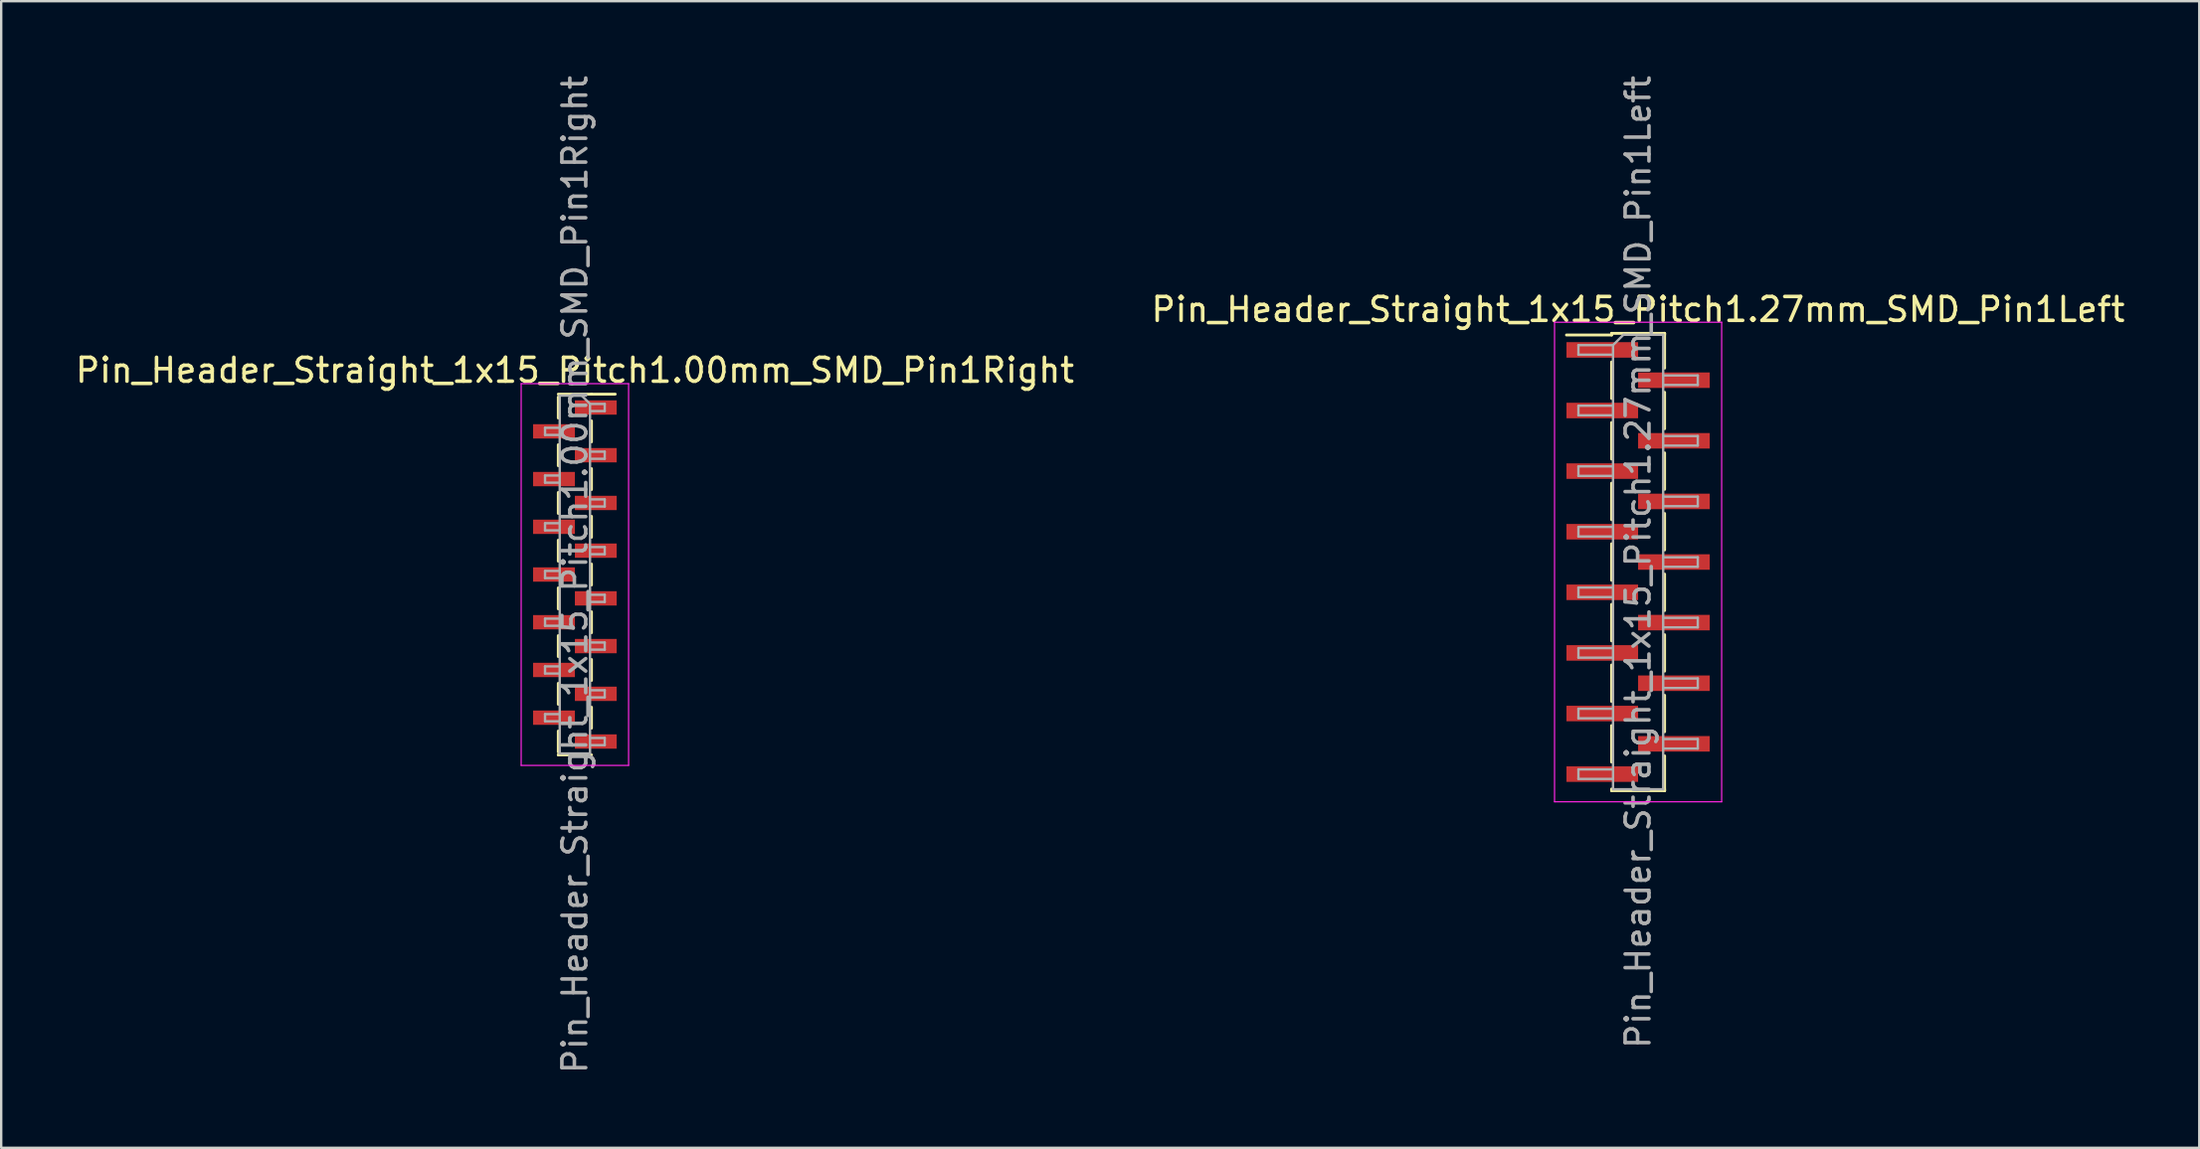
<source format=kicad_pcb>
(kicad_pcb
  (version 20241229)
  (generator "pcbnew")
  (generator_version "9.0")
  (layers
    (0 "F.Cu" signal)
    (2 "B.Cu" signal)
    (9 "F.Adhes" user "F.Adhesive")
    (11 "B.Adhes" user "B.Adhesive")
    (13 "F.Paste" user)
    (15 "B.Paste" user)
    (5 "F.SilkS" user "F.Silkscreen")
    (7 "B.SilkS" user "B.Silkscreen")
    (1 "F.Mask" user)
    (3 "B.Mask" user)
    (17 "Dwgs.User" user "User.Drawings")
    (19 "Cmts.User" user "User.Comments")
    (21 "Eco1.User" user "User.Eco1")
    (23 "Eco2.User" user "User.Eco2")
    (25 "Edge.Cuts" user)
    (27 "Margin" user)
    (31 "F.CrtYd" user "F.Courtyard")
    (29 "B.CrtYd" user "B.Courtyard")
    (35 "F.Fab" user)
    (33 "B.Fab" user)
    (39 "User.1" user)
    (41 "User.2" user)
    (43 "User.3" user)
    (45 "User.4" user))
  (footprint "Pin_Header_Straight_1x15_Pitch1.27mm_SMD_Pin1Left"
    (layer "F.Cu")
    (at 65.565 20.506)
    (property "Reference" "Pin_Header_Straight_1x15_Pitch1.27mm_SMD_Pin1Left" (at 0 -10.585 0) (layer "F.SilkS") (effects (font (size 1 1) (thickness 0.15))))
    (attr smd)
    (fp_line (start -1.11 -9.585) (end 1.11 -9.585) (stroke (width 0.12) (type solid)) (layer "F.SilkS"))
    (fp_line (start -1.11 -9.515) (end -3 -9.515) (stroke (width 0.12) (type solid)) (layer "F.SilkS"))
    (fp_line (start -1.11 -9.515) (end -1.11 -9.585) (stroke (width 0.12) (type solid)) (layer "F.SilkS"))
    (fp_line (start -1.11 -8.385) (end -1.11 -6.855) (stroke (width 0.12) (type solid)) (layer "F.SilkS"))
    (fp_line (start -1.11 -5.845) (end -1.11 -4.315) (stroke (width 0.12) (type solid)) (layer "F.SilkS"))
    (fp_line (start -1.11 -3.305) (end -1.11 -1.775) (stroke (width 0.12) (type solid)) (layer "F.SilkS"))
    (fp_line (start -1.11 -0.765) (end -1.11 0.765) (stroke (width 0.12) (type solid)) (layer "F.SilkS"))
    (fp_line (start -1.11 1.775) (end -1.11 3.305) (stroke (width 0.12) (type solid)) (layer "F.SilkS"))
    (fp_line (start -1.11 4.315) (end -1.11 5.845) (stroke (width 0.12) (type solid)) (layer "F.SilkS"))
    (fp_line (start -1.11 6.855) (end -1.11 8.385) (stroke (width 0.12) (type solid)) (layer "F.SilkS"))
    (fp_line (start -1.11 9.515) (end -1.11 9.585) (stroke (width 0.12) (type solid)) (layer "F.SilkS"))
    (fp_line (start -1.11 9.585) (end 1.11 9.585) (stroke (width 0.12) (type solid)) (layer "F.SilkS"))
    (fp_line (start 1.11 -9.585) (end 1.11 -9.515) (stroke (width 0.12) (type solid)) (layer "F.SilkS"))
    (fp_line (start 1.11 -9.585) (end 1.11 -8.125) (stroke (width 0.12) (type solid)) (layer "F.SilkS"))
    (fp_line (start 1.11 -7.115) (end 1.11 -5.585) (stroke (width 0.12) (type solid)) (layer "F.SilkS"))
    (fp_line (start 1.11 -4.575) (end 1.11 -3.045) (stroke (width 0.12) (type solid)) (layer "F.SilkS"))
    (fp_line (start 1.11 -2.035) (end 1.11 -0.505) (stroke (width 0.12) (type solid)) (layer "F.SilkS"))
    (fp_line (start 1.11 0.505) (end 1.11 2.035) (stroke (width 0.12) (type solid)) (layer "F.SilkS"))
    (fp_line (start 1.11 3.045) (end 1.11 4.575) (stroke (width 0.12) (type solid)) (layer "F.SilkS"))
    (fp_line (start 1.11 5.585) (end 1.11 7.115) (stroke (width 0.12) (type solid)) (layer "F.SilkS"))
    (fp_line (start 1.11 8.125) (end 1.11 9.585) (stroke (width 0.12) (type solid)) (layer "F.SilkS"))
    (fp_line (start 1.11 9.585) (end 1.11 9.515) (stroke (width 0.12) (type solid)) (layer "F.SilkS"))
    (fp_line (start -3.5 -10.05) (end -3.5 10.05) (stroke (width 0.05) (type solid)) (layer "F.CrtYd"))
    (fp_line (start -3.5 10.05) (end 3.5 10.05) (stroke (width 0.05) (type solid)) (layer "F.CrtYd"))
    (fp_line (start 3.5 -10.05) (end -3.5 -10.05) (stroke (width 0.05) (type solid)) (layer "F.CrtYd"))
    (fp_line (start 3.5 10.05) (end 3.5 -10.05) (stroke (width 0.05) (type solid)) (layer "F.CrtYd"))
    (fp_line (start -2.5 -9.09) (end -2.5 -8.69) (stroke (width 0.1) (type solid)) (layer "F.Fab"))
    (fp_line (start -2.5 -8.69) (end -1.05 -8.69) (stroke (width 0.1) (type solid)) (layer "F.Fab"))
    (fp_line (start -2.5 -6.55) (end -2.5 -6.15) (stroke (width 0.1) (type solid)) (layer "F.Fab"))
    (fp_line (start -2.5 -6.15) (end -1.05 -6.15) (stroke (width 0.1) (type solid)) (layer "F.Fab"))
    (fp_line (start -2.5 -4.01) (end -2.5 -3.61) (stroke (width 0.1) (type solid)) (layer "F.Fab"))
    (fp_line (start -2.5 -3.61) (end -1.05 -3.61) (stroke (width 0.1) (type solid)) (layer "F.Fab"))
    (fp_line (start -2.5 -1.47) (end -2.5 -1.07) (stroke (width 0.1) (type solid)) (layer "F.Fab"))
    (fp_line (start -2.5 -1.07) (end -1.05 -1.07) (stroke (width 0.1) (type solid)) (layer "F.Fab"))
    (fp_line (start -2.5 1.07) (end -2.5 1.47) (stroke (width 0.1) (type solid)) (layer "F.Fab"))
    (fp_line (start -2.5 1.47) (end -1.05 1.47) (stroke (width 0.1) (type solid)) (layer "F.Fab"))
    (fp_line (start -2.5 3.61) (end -2.5 4.01) (stroke (width 0.1) (type solid)) (layer "F.Fab"))
    (fp_line (start -2.5 4.01) (end -1.05 4.01) (stroke (width 0.1) (type solid)) (layer "F.Fab"))
    (fp_line (start -2.5 6.15) (end -2.5 6.55) (stroke (width 0.1) (type solid)) (layer "F.Fab"))
    (fp_line (start -2.5 6.55) (end -1.05 6.55) (stroke (width 0.1) (type solid)) (layer "F.Fab"))
    (fp_line (start -2.5 8.69) (end -2.5 9.09) (stroke (width 0.1) (type solid)) (layer "F.Fab"))
    (fp_line (start -2.5 9.09) (end -1.05 9.09) (stroke (width 0.1) (type solid)) (layer "F.Fab"))
    (fp_line (start -1.05 -9.09) (end -2.5 -9.09) (stroke (width 0.1) (type solid)) (layer "F.Fab"))
    (fp_line (start -1.05 -9.09) (end -0.615 -9.525) (stroke (width 0.1) (type solid)) (layer "F.Fab"))
    (fp_line (start -1.05 -6.55) (end -2.5 -6.55) (stroke (width 0.1) (type solid)) (layer "F.Fab"))
    (fp_line (start -1.05 -4.01) (end -2.5 -4.01) (stroke (width 0.1) (type solid)) (layer "F.Fab"))
    (fp_line (start -1.05 -1.47) (end -2.5 -1.47) (stroke (width 0.1) (type solid)) (layer "F.Fab"))
    (fp_line (start -1.05 1.07) (end -2.5 1.07) (stroke (width 0.1) (type solid)) (layer "F.Fab"))
    (fp_line (start -1.05 3.61) (end -2.5 3.61) (stroke (width 0.1) (type solid)) (layer "F.Fab"))
    (fp_line (start -1.05 6.15) (end -2.5 6.15) (stroke (width 0.1) (type solid)) (layer "F.Fab"))
    (fp_line (start -1.05 8.69) (end -2.5 8.69) (stroke (width 0.1) (type solid)) (layer "F.Fab"))
    (fp_line (start -1.05 9.525) (end -1.05 -9.09) (stroke (width 0.1) (type solid)) (layer "F.Fab"))
    (fp_line (start -0.615 -9.525) (end 1.05 -9.525) (stroke (width 0.1) (type solid)) (layer "F.Fab"))
    (fp_line (start 1.05 -9.525) (end 1.05 9.525) (stroke (width 0.1) (type solid)) (layer "F.Fab"))
    (fp_line (start 1.05 -7.82) (end 2.5 -7.82) (stroke (width 0.1) (type solid)) (layer "F.Fab"))
    (fp_line (start 1.05 -5.28) (end 2.5 -5.28) (stroke (width 0.1) (type solid)) (layer "F.Fab"))
    (fp_line (start 1.05 -2.74) (end 2.5 -2.74) (stroke (width 0.1) (type solid)) (layer "F.Fab"))
    (fp_line (start 1.05 -0.2) (end 2.5 -0.2) (stroke (width 0.1) (type solid)) (layer "F.Fab"))
    (fp_line (start 1.05 2.34) (end 2.5 2.34) (stroke (width 0.1) (type solid)) (layer "F.Fab"))
    (fp_line (start 1.05 4.88) (end 2.5 4.88) (stroke (width 0.1) (type solid)) (layer "F.Fab"))
    (fp_line (start 1.05 7.42) (end 2.5 7.42) (stroke (width 0.1) (type solid)) (layer "F.Fab"))
    (fp_line (start 1.05 9.525) (end -1.05 9.525) (stroke (width 0.1) (type solid)) (layer "F.Fab"))
    (fp_line (start 2.5 -7.82) (end 2.5 -7.42) (stroke (width 0.1) (type solid)) (layer "F.Fab"))
    (fp_line (start 2.5 -7.42) (end 1.05 -7.42) (stroke (width 0.1) (type solid)) (layer "F.Fab"))
    (fp_line (start 2.5 -5.28) (end 2.5 -4.88) (stroke (width 0.1) (type solid)) (layer "F.Fab"))
    (fp_line (start 2.5 -4.88) (end 1.05 -4.88) (stroke (width 0.1) (type solid)) (layer "F.Fab"))
    (fp_line (start 2.5 -2.74) (end 2.5 -2.34) (stroke (width 0.1) (type solid)) (layer "F.Fab"))
    (fp_line (start 2.5 -2.34) (end 1.05 -2.34) (stroke (width 0.1) (type solid)) (layer "F.Fab"))
    (fp_line (start 2.5 -0.2) (end 2.5 0.2) (stroke (width 0.1) (type solid)) (layer "F.Fab"))
    (fp_line (start 2.5 0.2) (end 1.05 0.2) (stroke (width 0.1) (type solid)) (layer "F.Fab"))
    (fp_line (start 2.5 2.34) (end 2.5 2.74) (stroke (width 0.1) (type solid)) (layer "F.Fab"))
    (fp_line (start 2.5 2.74) (end 1.05 2.74) (stroke (width 0.1) (type solid)) (layer "F.Fab"))
    (fp_line (start 2.5 4.88) (end 2.5 5.28) (stroke (width 0.1) (type solid)) (layer "F.Fab"))
    (fp_line (start 2.5 5.28) (end 1.05 5.28) (stroke (width 0.1) (type solid)) (layer "F.Fab"))
    (fp_line (start 2.5 7.42) (end 2.5 7.82) (stroke (width 0.1) (type solid)) (layer "F.Fab"))
    (fp_line (start 2.5 7.82) (end 1.05 7.82) (stroke (width 0.1) (type solid)) (layer "F.Fab"))
    (fp_text user "${REFERENCE}" (at 0 0 90) (layer "F.Fab") (effects (font (size 1 1) (thickness 0.15))))
    (pad "1" smd rect (at -1.5 -8.89) (size 3 0.65) (layers "F.Cu" "F.Mask" "F.Paste"))
    (pad "2" smd rect (at 1.5 -7.62) (size 3 0.65) (layers "F.Cu" "F.Mask" "F.Paste"))
    (pad "3" smd rect (at -1.5 -6.35) (size 3 0.65) (layers "F.Cu" "F.Mask" "F.Paste"))
    (pad "4" smd rect (at 1.5 -5.08) (size 3 0.65) (layers "F.Cu" "F.Mask" "F.Paste"))
    (pad "5" smd rect (at -1.5 -3.81) (size 3 0.65) (layers "F.Cu" "F.Mask" "F.Paste"))
    (pad "6" smd rect (at 1.5 -2.54) (size 3 0.65) (layers "F.Cu" "F.Mask" "F.Paste"))
    (pad "7" smd rect (at -1.5 -1.27) (size 3 0.65) (layers "F.Cu" "F.Mask" "F.Paste"))
    (pad "8" smd rect (at 1.5 0) (size 3 0.65) (layers "F.Cu" "F.Mask" "F.Paste"))
    (pad "9" smd rect (at -1.5 1.27) (size 3 0.65) (layers "F.Cu" "F.Mask" "F.Paste"))
    (pad "10" smd rect (at 1.5 2.54) (size 3 0.65) (layers "F.Cu" "F.Mask" "F.Paste"))
    (pad "11" smd rect (at -1.5 3.81) (size 3 0.65) (layers "F.Cu" "F.Mask" "F.Paste"))
    (pad "12" smd rect (at 1.5 5.08) (size 3 0.65) (layers "F.Cu" "F.Mask" "F.Paste"))
    (pad "13" smd rect (at -1.5 6.35) (size 3 0.65) (layers "F.Cu" "F.Mask" "F.Paste"))
    (pad "14" smd rect (at 1.5 7.62) (size 3 0.65) (layers "F.Cu" "F.Mask" "F.Paste"))
    (pad "15" smd rect (at -1.5 8.89) (size 3 0.65) (layers "F.Cu" "F.Mask" "F.Paste")))
  (footprint "Pin_Header_Straight_1x15_Pitch1.00mm_SMD_Pin1Right"
    (layer "F.Cu")
    (at 21.03 21.03)
    (property "Reference" "Pin_Header_Straight_1x15_Pitch1.00mm_SMD_Pin1Right" (at 0 -8.56 0) (layer "F.SilkS") (effects (font (size 1 1) (thickness 0.15))))
    (attr smd)
    (fp_line (start -0.695 -7.56) (end 0.695 -7.56) (stroke (width 0.12) (type solid)) (layer "F.SilkS"))
    (fp_line (start -0.695 -7.44) (end -0.695 -6.56) (stroke (width 0.12) (type solid)) (layer "F.SilkS"))
    (fp_line (start -0.695 -5.44) (end -0.695 -4.56) (stroke (width 0.12) (type solid)) (layer "F.SilkS"))
    (fp_line (start -0.695 -3.44) (end -0.695 -2.56) (stroke (width 0.12) (type solid)) (layer "F.SilkS"))
    (fp_line (start -0.695 -1.44) (end -0.695 -0.56) (stroke (width 0.12) (type solid)) (layer "F.SilkS"))
    (fp_line (start -0.695 0.56) (end -0.695 1.44) (stroke (width 0.12) (type solid)) (layer "F.SilkS"))
    (fp_line (start -0.695 2.56) (end -0.695 3.44) (stroke (width 0.12) (type solid)) (layer "F.SilkS"))
    (fp_line (start -0.695 4.56) (end -0.695 5.44) (stroke (width 0.12) (type solid)) (layer "F.SilkS"))
    (fp_line (start -0.695 6.56) (end -0.695 7.44) (stroke (width 0.12) (type solid)) (layer "F.SilkS"))
    (fp_line (start -0.695 7.56) (end -0.695 7.56) (stroke (width 0.12) (type solid)) (layer "F.SilkS"))
    (fp_line (start -0.695 7.56) (end 0.695 7.56) (stroke (width 0.12) (type solid)) (layer "F.SilkS"))
    (fp_line (start 0.695 -7.56) (end 0.695 -7.56) (stroke (width 0.12) (type solid)) (layer "F.SilkS"))
    (fp_line (start 0.695 -7.56) (end 1.69 -7.56) (stroke (width 0.12) (type solid)) (layer "F.SilkS"))
    (fp_line (start 0.695 -6.44) (end 0.695 -5.56) (stroke (width 0.12) (type solid)) (layer "F.SilkS"))
    (fp_line (start 0.695 -4.44) (end 0.695 -3.56) (stroke (width 0.12) (type solid)) (layer "F.SilkS"))
    (fp_line (start 0.695 -2.44) (end 0.695 -1.56) (stroke (width 0.12) (type solid)) (layer "F.SilkS"))
    (fp_line (start 0.695 -0.44) (end 0.695 0.44) (stroke (width 0.12) (type solid)) (layer "F.SilkS"))
    (fp_line (start 0.695 1.56) (end 0.695 2.44) (stroke (width 0.12) (type solid)) (layer "F.SilkS"))
    (fp_line (start 0.695 3.56) (end 0.695 4.44) (stroke (width 0.12) (type solid)) (layer "F.SilkS"))
    (fp_line (start 0.695 5.56) (end 0.695 6.44) (stroke (width 0.12) (type solid)) (layer "F.SilkS"))
    (fp_line (start -2.25 -8) (end -2.25 8) (stroke (width 0.05) (type solid)) (layer "F.CrtYd"))
    (fp_line (start -2.25 8) (end 2.25 8) (stroke (width 0.05) (type solid)) (layer "F.CrtYd"))
    (fp_line (start 2.25 -8) (end -2.25 -8) (stroke (width 0.05) (type solid)) (layer "F.CrtYd"))
    (fp_line (start 2.25 8) (end 2.25 -8) (stroke (width 0.05) (type solid)) (layer "F.CrtYd"))
    (fp_line (start -1.25 -6.15) (end -1.25 -5.85) (stroke (width 0.1) (type solid)) (layer "F.Fab"))
    (fp_line (start -1.25 -5.85) (end -0.635 -5.85) (stroke (width 0.1) (type solid)) (layer "F.Fab"))
    (fp_line (start -1.25 -4.15) (end -1.25 -3.85) (stroke (width 0.1) (type solid)) (layer "F.Fab"))
    (fp_line (start -1.25 -3.85) (end -0.635 -3.85) (stroke (width 0.1) (type solid)) (layer "F.Fab"))
    (fp_line (start -1.25 -2.15) (end -1.25 -1.85) (stroke (width 0.1) (type solid)) (layer "F.Fab"))
    (fp_line (start -1.25 -1.85) (end -0.635 -1.85) (stroke (width 0.1) (type solid)) (layer "F.Fab"))
    (fp_line (start -1.25 -0.15) (end -1.25 0.15) (stroke (width 0.1) (type solid)) (layer "F.Fab"))
    (fp_line (start -1.25 0.15) (end -0.635 0.15) (stroke (width 0.1) (type solid)) (layer "F.Fab"))
    (fp_line (start -1.25 1.85) (end -1.25 2.15) (stroke (width 0.1) (type solid)) (layer "F.Fab"))
    (fp_line (start -1.25 2.15) (end -0.635 2.15) (stroke (width 0.1) (type solid)) (layer "F.Fab"))
    (fp_line (start -1.25 3.85) (end -1.25 4.15) (stroke (width 0.1) (type solid)) (layer "F.Fab"))
    (fp_line (start -1.25 4.15) (end -0.635 4.15) (stroke (width 0.1) (type solid)) (layer "F.Fab"))
    (fp_line (start -1.25 5.85) (end -1.25 6.15) (stroke (width 0.1) (type solid)) (layer "F.Fab"))
    (fp_line (start -1.25 6.15) (end -0.635 6.15) (stroke (width 0.1) (type solid)) (layer "F.Fab"))
    (fp_line (start -0.635 -7.5) (end -0.635 7.5) (stroke (width 0.1) (type solid)) (layer "F.Fab"))
    (fp_line (start -0.635 -7.5) (end 0.285 -7.5) (stroke (width 0.1) (type solid)) (layer "F.Fab"))
    (fp_line (start -0.635 -6.15) (end -1.25 -6.15) (stroke (width 0.1) (type solid)) (layer "F.Fab"))
    (fp_line (start -0.635 -4.15) (end -1.25 -4.15) (stroke (width 0.1) (type solid)) (layer "F.Fab"))
    (fp_line (start -0.635 -2.15) (end -1.25 -2.15) (stroke (width 0.1) (type solid)) (layer "F.Fab"))
    (fp_line (start -0.635 -0.15) (end -1.25 -0.15) (stroke (width 0.1) (type solid)) (layer "F.Fab"))
    (fp_line (start -0.635 1.85) (end -1.25 1.85) (stroke (width 0.1) (type solid)) (layer "F.Fab"))
    (fp_line (start -0.635 3.85) (end -1.25 3.85) (stroke (width 0.1) (type solid)) (layer "F.Fab"))
    (fp_line (start -0.635 5.85) (end -1.25 5.85) (stroke (width 0.1) (type solid)) (layer "F.Fab"))
    (fp_line (start 0.635 -7.15) (end 0.285 -7.5) (stroke (width 0.1) (type solid)) (layer "F.Fab"))
    (fp_line (start 0.635 -7.15) (end 1.25 -7.15) (stroke (width 0.1) (type solid)) (layer "F.Fab"))
    (fp_line (start 0.635 -5.15) (end 1.25 -5.15) (stroke (width 0.1) (type solid)) (layer "F.Fab"))
    (fp_line (start 0.635 -3.15) (end 1.25 -3.15) (stroke (width 0.1) (type solid)) (layer "F.Fab"))
    (fp_line (start 0.635 -1.15) (end 1.25 -1.15) (stroke (width 0.1) (type solid)) (layer "F.Fab"))
    (fp_line (start 0.635 0.85) (end 1.25 0.85) (stroke (width 0.1) (type solid)) (layer "F.Fab"))
    (fp_line (start 0.635 2.85) (end 1.25 2.85) (stroke (width 0.1) (type solid)) (layer "F.Fab"))
    (fp_line (start 0.635 4.85) (end 1.25 4.85) (stroke (width 0.1) (type solid)) (layer "F.Fab"))
    (fp_line (start 0.635 6.85) (end 1.25 6.85) (stroke (width 0.1) (type solid)) (layer "F.Fab"))
    (fp_line (start 0.635 7.5) (end -0.635 7.5) (stroke (width 0.1) (type solid)) (layer "F.Fab"))
    (fp_line (start 0.635 7.5) (end 0.635 -7.15) (stroke (width 0.1) (type solid)) (layer "F.Fab"))
    (fp_line (start 1.25 -7.15) (end 1.25 -6.85) (stroke (width 0.1) (type solid)) (layer "F.Fab"))
    (fp_line (start 1.25 -6.85) (end 0.635 -6.85) (stroke (width 0.1) (type solid)) (layer "F.Fab"))
    (fp_line (start 1.25 -5.15) (end 1.25 -4.85) (stroke (width 0.1) (type solid)) (layer "F.Fab"))
    (fp_line (start 1.25 -4.85) (end 0.635 -4.85) (stroke (width 0.1) (type solid)) (layer "F.Fab"))
    (fp_line (start 1.25 -3.15) (end 1.25 -2.85) (stroke (width 0.1) (type solid)) (layer "F.Fab"))
    (fp_line (start 1.25 -2.85) (end 0.635 -2.85) (stroke (width 0.1) (type solid)) (layer "F.Fab"))
    (fp_line (start 1.25 -1.15) (end 1.25 -0.85) (stroke (width 0.1) (type solid)) (layer "F.Fab"))
    (fp_line (start 1.25 -0.85) (end 0.635 -0.85) (stroke (width 0.1) (type solid)) (layer "F.Fab"))
    (fp_line (start 1.25 0.85) (end 1.25 1.15) (stroke (width 0.1) (type solid)) (layer "F.Fab"))
    (fp_line (start 1.25 1.15) (end 0.635 1.15) (stroke (width 0.1) (type solid)) (layer "F.Fab"))
    (fp_line (start 1.25 2.85) (end 1.25 3.15) (stroke (width 0.1) (type solid)) (layer "F.Fab"))
    (fp_line (start 1.25 3.15) (end 0.635 3.15) (stroke (width 0.1) (type solid)) (layer "F.Fab"))
    (fp_line (start 1.25 4.85) (end 1.25 5.15) (stroke (width 0.1) (type solid)) (layer "F.Fab"))
    (fp_line (start 1.25 5.15) (end 0.635 5.15) (stroke (width 0.1) (type solid)) (layer "F.Fab"))
    (fp_line (start 1.25 6.85) (end 1.25 7.15) (stroke (width 0.1) (type solid)) (layer "F.Fab"))
    (fp_line (start 1.25 7.15) (end 0.635 7.15) (stroke (width 0.1) (type solid)) (layer "F.Fab"))
    (fp_text user "${REFERENCE}" (at 0 0 90) (layer "F.Fab") (effects (font (size 1 1) (thickness 0.15))))
    (pad "1" smd rect (at 0.875 -7) (size 1.75 0.6) (layers "F.Cu" "F.Mask" "F.Paste"))
    (pad "2" smd rect (at -0.875 -6) (size 1.75 0.6) (layers "F.Cu" "F.Mask" "F.Paste"))
    (pad "3" smd rect (at 0.875 -5) (size 1.75 0.6) (layers "F.Cu" "F.Mask" "F.Paste"))
    (pad "4" smd rect (at -0.875 -4) (size 1.75 0.6) (layers "F.Cu" "F.Mask" "F.Paste"))
    (pad "5" smd rect (at 0.875 -3) (size 1.75 0.6) (layers "F.Cu" "F.Mask" "F.Paste"))
    (pad "6" smd rect (at -0.875 -2) (size 1.75 0.6) (layers "F.Cu" "F.Mask" "F.Paste"))
    (pad "7" smd rect (at 0.875 -1) (size 1.75 0.6) (layers "F.Cu" "F.Mask" "F.Paste"))
    (pad "8" smd rect (at -0.875 0) (size 1.75 0.6) (layers "F.Cu" "F.Mask" "F.Paste"))
    (pad "9" smd rect (at 0.875 1) (size 1.75 0.6) (layers "F.Cu" "F.Mask" "F.Paste"))
    (pad "10" smd rect (at -0.875 2) (size 1.75 0.6) (layers "F.Cu" "F.Mask" "F.Paste"))
    (pad "11" smd rect (at 0.875 3) (size 1.75 0.6) (layers "F.Cu" "F.Mask" "F.Paste"))
    (pad "12" smd rect (at -0.875 4) (size 1.75 0.6) (layers "F.Cu" "F.Mask" "F.Paste"))
    (pad "13" smd rect (at 0.875 5) (size 1.75 0.6) (layers "F.Cu" "F.Mask" "F.Paste"))
    (pad "14" smd rect (at -0.875 6) (size 1.75 0.6) (layers "F.Cu" "F.Mask" "F.Paste"))
    (pad "15" smd rect (at 0.875 7) (size 1.75 0.6) (layers "F.Cu" "F.Mask" "F.Paste")))
  (gr_rect
    (start -3 -3)
    (end 89.071 45.06)
    (stroke (width 0.1) (type default))
    (fill no)
    (layer "Edge.Cuts")))
</source>
